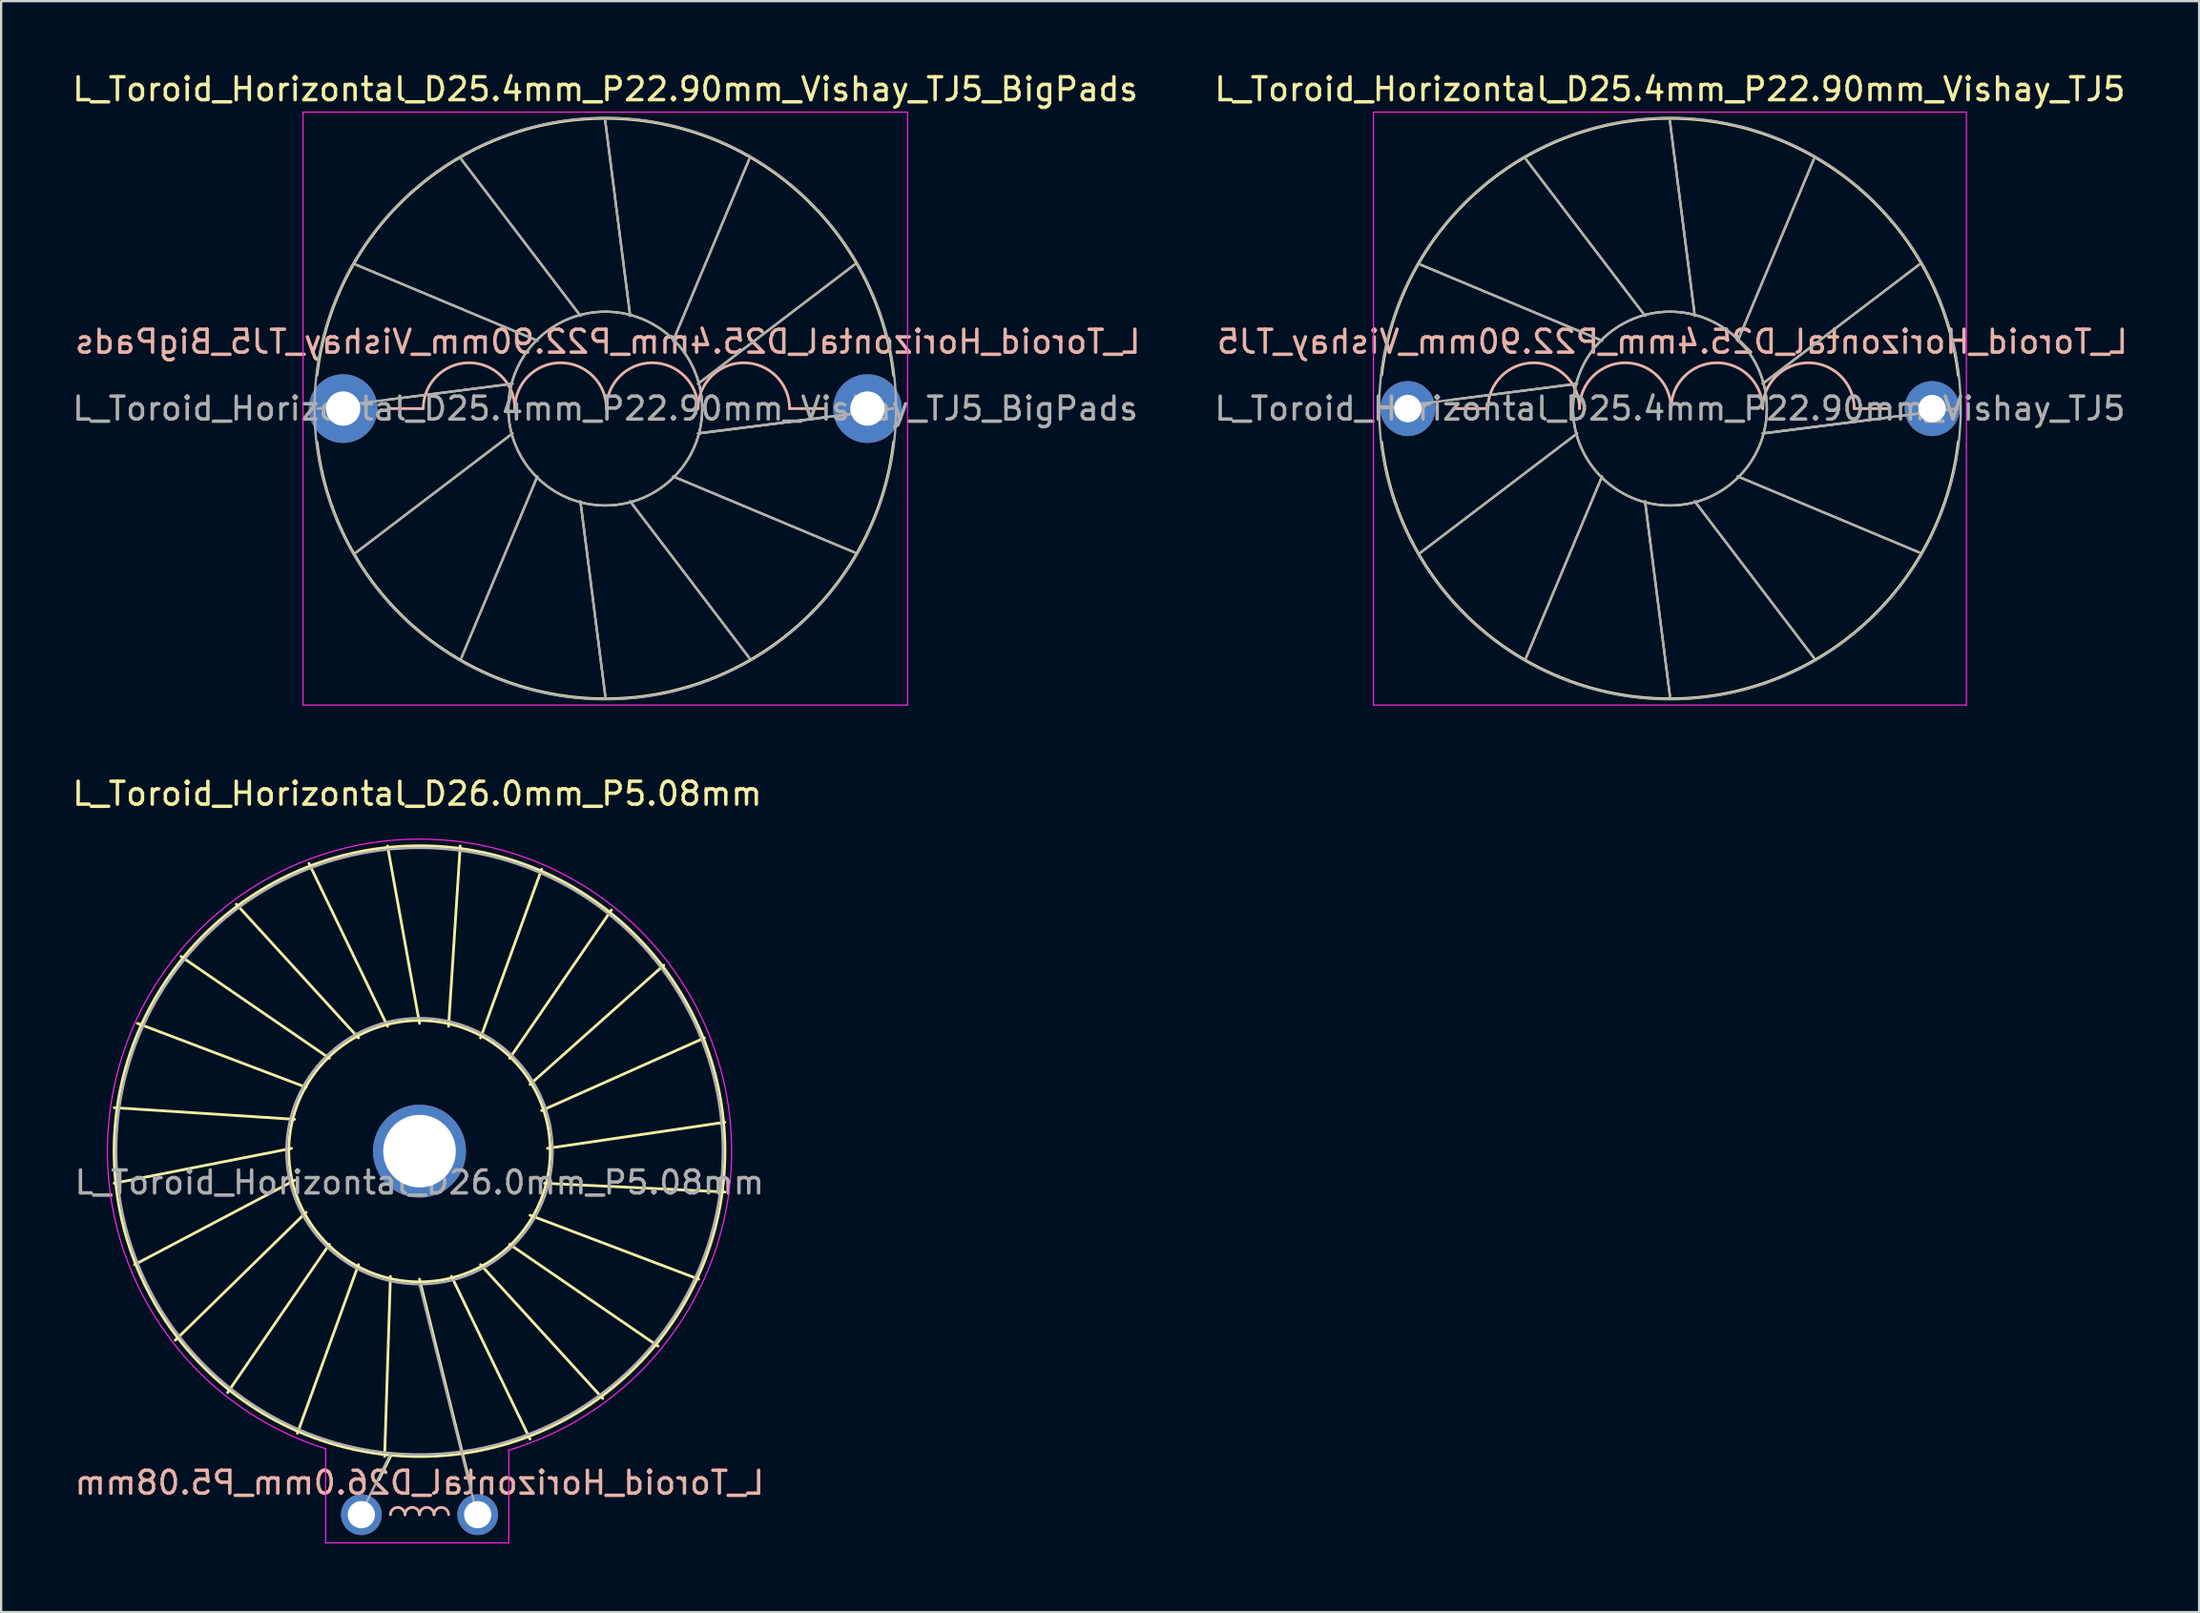
<source format=kicad_pcb>
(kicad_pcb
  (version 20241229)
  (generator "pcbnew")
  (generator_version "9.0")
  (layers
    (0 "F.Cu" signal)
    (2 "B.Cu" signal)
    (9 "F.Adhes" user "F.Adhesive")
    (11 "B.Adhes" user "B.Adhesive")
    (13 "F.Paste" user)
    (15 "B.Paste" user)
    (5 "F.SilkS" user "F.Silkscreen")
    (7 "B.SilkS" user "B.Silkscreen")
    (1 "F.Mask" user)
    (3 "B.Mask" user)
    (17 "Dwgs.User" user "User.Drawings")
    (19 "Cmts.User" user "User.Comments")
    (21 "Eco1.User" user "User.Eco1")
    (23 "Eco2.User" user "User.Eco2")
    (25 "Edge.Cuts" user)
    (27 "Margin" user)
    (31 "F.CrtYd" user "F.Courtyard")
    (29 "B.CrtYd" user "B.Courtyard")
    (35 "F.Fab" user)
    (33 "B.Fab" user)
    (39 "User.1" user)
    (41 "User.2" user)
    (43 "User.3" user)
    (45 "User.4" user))
  (footprint "L_Toroid_Horizontal_D25.4mm_P22.90mm_Vishay_TJ5"
    (layer "F.Cu")
    (at 58.437 14.798)
    (property "Reference" "L_Toroid_Horizontal_D25.4mm_P22.90mm_Vishay_TJ5" (at 11.45 -13.95 0) (layer "F.SilkS") (effects (font (size 1 1) (thickness 0.15))))
    (fp_line (start 0.569 -6.281) (end 8.483 -2.966) (stroke (width 0.1) (type solid)) (layer "F.SilkS"))
    (fp_line (start 0.57 6.283) (end 7.397 1.086) (stroke (width 0.1) (type solid)) (layer "F.SilkS"))
    (fp_line (start 1.905 -0.381) (end 7.397 -1.085) (stroke (width 0.1) (type solid)) (layer "F.SilkS"))
    (fp_line (start 5.167 -10.88) (end 10.364 -4.052) (stroke (width 0.1) (type solid)) (layer "F.SilkS"))
    (fp_line (start 5.169 10.881) (end 8.483 2.967) (stroke (width 0.1) (type solid)) (layer "F.SilkS"))
    (fp_line (start 11.448 -12.564) (end 12.535 -4.053) (stroke (width 0.1) (type solid)) (layer "F.SilkS"))
    (fp_line (start 11.451 12.564) (end 10.364 4.053) (stroke (width 0.1) (type solid)) (layer "F.SilkS"))
    (fp_line (start 17.73 -10.881) (end 14.416 -2.967) (stroke (width 0.1) (type solid)) (layer "F.SilkS"))
    (fp_line (start 17.732 10.88) (end 12.536 4.053) (stroke (width 0.1) (type solid)) (layer "F.SilkS"))
    (fp_line (start 21.082 0.381) (end 15.503 1.086) (stroke (width 0.1) (type solid)) (layer "F.SilkS"))
    (fp_line (start 22.329 -6.284) (end 15.502 -1.087) (stroke (width 0.1) (type solid)) (layer "F.SilkS"))
    (fp_line (start 22.33 6.282) (end 14.417 2.967) (stroke (width 0.1) (type solid)) (layer "F.SilkS"))
    (fp_arc (start -1.143 -1.4605) (mid 11.458425 -12.677407) (end 24.04493 -1.443761) (stroke (width 0.12) (type solid)) (layer "F.SilkS"))
    (fp_arc (start 24.044874 1.44425) (mid 11.458179 12.677407) (end -1.143 1.4605) (stroke (width 0.12) (type solid)) (layer "F.SilkS"))
    (fp_circle (center 11.45 0) (end 15.683 0) (stroke (width 0.1) (type solid)) (fill no) (layer "F.SilkS"))
    (fp_line (start 3.5 0) (end 2 0) (stroke (width 0.12) (type solid)) (layer "B.SilkS"))
    (fp_line (start 19.5 0) (end 21 0) (stroke (width 0.12) (type solid)) (layer "B.SilkS"))
    (fp_arc (start 3.5 0) (mid 5.5 -2) (end 7.5 0) (stroke (width 0.12) (type solid)) (layer "B.SilkS"))
    (fp_arc (start 7.5 0) (mid 9.5 -2) (end 11.5 0) (stroke (width 0.12) (type solid)) (layer "B.SilkS"))
    (fp_arc (start 11.5 0) (mid 13.5 -2) (end 15.5 0) (stroke (width 0.12) (type solid)) (layer "B.SilkS"))
    (fp_arc (start 15.5 0) (mid 17.5 -2) (end 19.5 0) (stroke (width 0.12) (type solid)) (layer "B.SilkS"))
    (fp_line (start -1.5 -12.95) (end -1.5 12.95) (stroke (width 0.05) (type solid)) (layer "F.CrtYd"))
    (fp_line (start -1.5 12.95) (end 24.4 12.95) (stroke (width 0.05) (type solid)) (layer "F.CrtYd"))
    (fp_line (start 24.4 -12.95) (end -1.5 -12.95) (stroke (width 0.05) (type solid)) (layer "F.CrtYd"))
    (fp_line (start 24.4 12.95) (end 24.4 -12.95) (stroke (width 0.05) (type solid)) (layer "F.CrtYd"))
    (fp_line (start -1.114 0.001) (end 7.397 -1.085) (stroke (width 0.1) (type solid)) (layer "F.Fab"))
    (fp_line (start 0.569 -6.281) (end 8.483 -2.966) (stroke (width 0.1) (type solid)) (layer "F.Fab"))
    (fp_line (start 0.57 6.283) (end 7.397 1.086) (stroke (width 0.1) (type solid)) (layer "F.Fab"))
    (fp_line (start 5.167 -10.88) (end 10.364 -4.052) (stroke (width 0.1) (type solid)) (layer "F.Fab"))
    (fp_line (start 5.169 10.881) (end 8.483 2.967) (stroke (width 0.1) (type solid)) (layer "F.Fab"))
    (fp_line (start 11.448 -12.564) (end 12.535 -4.053) (stroke (width 0.1) (type solid)) (layer "F.Fab"))
    (fp_line (start 11.451 12.564) (end 10.364 4.053) (stroke (width 0.1) (type solid)) (layer "F.Fab"))
    (fp_line (start 17.73 -10.881) (end 14.416 -2.967) (stroke (width 0.1) (type solid)) (layer "F.Fab"))
    (fp_line (start 17.732 10.88) (end 12.536 4.053) (stroke (width 0.1) (type solid)) (layer "F.Fab"))
    (fp_line (start 22.329 -6.284) (end 15.502 -1.087) (stroke (width 0.1) (type solid)) (layer "F.Fab"))
    (fp_line (start 22.33 6.282) (end 14.417 2.967) (stroke (width 0.1) (type solid)) (layer "F.Fab"))
    (fp_line (start 24.014 -0.002) (end 15.503 1.085) (stroke (width 0.1) (type solid)) (layer "F.Fab"))
    (fp_line (start 24.014 0) (end 15.503 1.086) (stroke (width 0.1) (type solid)) (layer "F.Fab"))
    (fp_circle (center 11.45 0) (end 15.683 0) (stroke (width 0.1) (type solid)) (fill no) (layer "F.Fab"))
    (fp_circle (center 11.45 0) (end 24.15 0) (stroke (width 0.1) (type solid)) (fill no) (layer "F.Fab"))
    (fp_text user "${REFERENCE}" (at 11.557 -2.921 0) (layer "B.SilkS") (effects (font (size 1 1) (thickness 0.15)) (justify mirror)))
    (fp_text user "${REFERENCE}" (at 11.45 0 0) (layer "F.Fab") (effects (font (size 1 1) (thickness 0.15))))
    (pad "1" thru_hole circle (at 0 0) (size 2.4 2.4) (drill 1.2) (layers "*.Cu" "*.Mask"))
    (pad "2" thru_hole circle (at 22.9 0) (size 2.4 2.4) (drill 1.2) (layers "*.Cu" "*.Mask")))
  (footprint "L_Toroid_Horizontal_D26.0mm_P5.08mm"
    (layer "F.Cu")
    (at 12.733 63.117)
    (property "Reference" "L_Toroid_Horizontal_D26.0mm_P5.08mm" (at 2.44 -31.496 0) (layer "F.SilkS") (effects (font (size 1 1) (thickness 0.15))))
    (fp_line (start -10.795 -17.78) (end -2.921 -17.272) (stroke (width 0.12) (type solid)) (layer "F.SilkS"))
    (fp_line (start -10.795 -14.478) (end -3.048 -16.002) (stroke (width 0.12) (type solid)) (layer "F.SilkS"))
    (fp_line (start -9.906 -10.922) (end -2.921 -14.605) (stroke (width 0.12) (type solid)) (layer "F.SilkS"))
    (fp_line (start -9.779 -21.463) (end -2.413 -18.669) (stroke (width 0.12) (type solid)) (layer "F.SilkS"))
    (fp_line (start -8.128 -7.62) (end -2.413 -13.208) (stroke (width 0.12) (type solid)) (layer "F.SilkS"))
    (fp_line (start -7.874 -24.384) (end -1.397 -19.939) (stroke (width 0.12) (type solid)) (layer "F.SilkS"))
    (fp_line (start -5.842 -5.334) (end -1.397 -11.811) (stroke (width 0.12) (type solid)) (layer "F.SilkS"))
    (fp_line (start -5.461 -26.67) (end -0.127 -20.828) (stroke (width 0.12) (type solid)) (layer "F.SilkS"))
    (fp_line (start -2.794 -3.556) (end -0.127 -10.922) (stroke (width 0.12) (type solid)) (layer "F.SilkS"))
    (fp_line (start -2.286 -28.448) (end 1.143 -21.336) (stroke (width 0.12) (type solid)) (layer "F.SilkS"))
    (fp_line (start 0.762 -1.524) (end 1.27 -2.54) (stroke (width 0.12) (type solid)) (layer "F.SilkS"))
    (fp_line (start 1.016 -2.54) (end 1.27 -10.414) (stroke (width 0.12) (type solid)) (layer "F.SilkS"))
    (fp_line (start 1.143 -29.21) (end 2.54 -21.463) (stroke (width 0.12) (type solid)) (layer "F.SilkS"))
    (fp_line (start 4.318 -29.21) (end 3.81 -21.336) (stroke (width 0.12) (type solid)) (layer "F.SilkS"))
    (fp_line (start 4.699 -1.524) (end 2.54 -10.287) (stroke (width 0.12) (type solid)) (layer "F.SilkS"))
    (fp_line (start 7.366 -3.302) (end 3.937 -10.414) (stroke (width 0.12) (type solid)) (layer "F.SilkS"))
    (fp_line (start 7.874 -28.194) (end 5.207 -20.828) (stroke (width 0.12) (type solid)) (layer "F.SilkS"))
    (fp_line (start 10.541 -5.08) (end 5.207 -10.922) (stroke (width 0.12) (type solid)) (layer "F.SilkS"))
    (fp_line (start 10.922 -26.416) (end 6.477 -19.939) (stroke (width 0.12) (type solid)) (layer "F.SilkS"))
    (fp_line (start 12.954 -7.366) (end 6.477 -11.811) (stroke (width 0.12) (type solid)) (layer "F.SilkS"))
    (fp_line (start 13.208 -24.003) (end 7.366 -18.796) (stroke (width 0.12) (type solid)) (layer "F.SilkS"))
    (fp_line (start 14.732 -10.287) (end 7.366 -13.081) (stroke (width 0.12) (type solid)) (layer "F.SilkS"))
    (fp_line (start 14.986 -20.828) (end 7.874 -17.653) (stroke (width 0.12) (type solid)) (layer "F.SilkS"))
    (fp_line (start 15.875 -17.145) (end 8.128 -16.002) (stroke (width 0.12) (type solid)) (layer "F.SilkS"))
    (fp_line (start 15.875 -14.097) (end 8.001 -14.478) (stroke (width 0.12) (type solid)) (layer "F.SilkS"))
    (fp_circle (center 2.54 -15.88) (end 8.25 -15.88) (stroke (width 0.12) (type solid)) (fill no) (layer "F.SilkS"))
    (fp_circle (center 2.54 -15.88) (end 15.88 -15.88) (stroke (width 0.12) (type solid)) (fill no) (layer "F.SilkS"))
    (fp_arc (start 1.27 0) (mid 1.5875 -0.3175) (end 1.905 0) (stroke (width 0.12) (type solid)) (layer "B.SilkS"))
    (fp_arc (start 1.905 0) (mid 2.2225 -0.3175) (end 2.54 0) (stroke (width 0.12) (type solid)) (layer "B.SilkS"))
    (fp_arc (start 2.54 0) (mid 2.8575 -0.3175) (end 3.175 0) (stroke (width 0.12) (type solid)) (layer "B.SilkS"))
    (fp_arc (start 3.175 0) (mid 3.4925 -0.3175) (end 3.81 0) (stroke (width 0.12) (type solid)) (layer "B.SilkS"))
    (fp_line (start -1.56 -2.88) (end -1.56 1.23) (stroke (width 0.05) (type solid)) (layer "F.CrtYd"))
    (fp_line (start -1.56 1.23) (end 6.44 1.23) (stroke (width 0.05) (type solid)) (layer "F.CrtYd"))
    (fp_line (start 6.44 1.23) (end 6.44 -2.78) (stroke (width 0.05) (type solid)) (layer "F.CrtYd"))
    (fp_arc (start -1.56 -2.88) (mid 2.660017 -29.510686) (end 6.410454 -2.809821) (stroke (width 0.05) (type solid)) (layer "F.CrtYd"))
    (fp_line (start 0 -0.1) (end 1.27 -2.64) (stroke (width 0.1) (type solid)) (layer "F.Fab"))
    (fp_line (start 5.08 0.1) (end 2.54 -10.06) (stroke (width 0.1) (type solid)) (layer "F.Fab"))
    (fp_circle (center 2.54 -15.88) (end 1.44 -2.68) (stroke (width 0.1) (type solid)) (fill no) (layer "F.Fab"))
    (fp_circle (center 2.54 -15.88) (end 2.34 -10.07) (stroke (width 0.1) (type solid)) (fill no) (layer "F.Fab"))
    (fp_text user "${REFERENCE}" (at 2.54 -1.397 0) (layer "B.SilkS") (effects (font (size 1 1) (thickness 0.15)) (justify mirror)))
    (fp_text user "${REFERENCE}" (at 2.54 -14.513 0) (layer "F.Fab") (effects (font (size 1 1) (thickness 0.15))))
    (pad "" thru_hole circle (at 2.54 -15.88) (size 4.06 4.06) (drill 3.17) (layers "*.Cu" "*.Mask"))
    (pad "1" thru_hole circle (at 0 0) (size 1.78 1.78) (drill 1.19) (layers "*.Cu" "*.Mask"))
    (pad "2" thru_hole circle (at 5.08 0) (size 1.78 1.78) (drill 1.19) (layers "*.Cu" "*.Mask")))
  (footprint "L_Toroid_Horizontal_D25.4mm_P22.90mm_Vishay_TJ5_BigPads"
    (layer "F.Cu")
    (at 11.937 14.798)
    (property "Reference" "L_Toroid_Horizontal_D25.4mm_P22.90mm_Vishay_TJ5_BigPads" (at 11.45 -13.95 0) (layer "F.SilkS") (effects (font (size 1 1) (thickness 0.15))))
    (fp_line (start 0.569 -6.281) (end 8.483 -2.966) (stroke (width 0.1) (type solid)) (layer "F.SilkS"))
    (fp_line (start 0.57 6.283) (end 7.397 1.086) (stroke (width 0.1) (type solid)) (layer "F.SilkS"))
    (fp_line (start 1.905 -0.381) (end 7.397 -1.085) (stroke (width 0.1) (type solid)) (layer "F.SilkS"))
    (fp_line (start 5.167 -10.88) (end 10.364 -4.052) (stroke (width 0.1) (type solid)) (layer "F.SilkS"))
    (fp_line (start 5.169 10.881) (end 8.483 2.967) (stroke (width 0.1) (type solid)) (layer "F.SilkS"))
    (fp_line (start 11.448 -12.564) (end 12.535 -4.053) (stroke (width 0.1) (type solid)) (layer "F.SilkS"))
    (fp_line (start 11.451 12.564) (end 10.364 4.053) (stroke (width 0.1) (type solid)) (layer "F.SilkS"))
    (fp_line (start 17.73 -10.881) (end 14.416 -2.967) (stroke (width 0.1) (type solid)) (layer "F.SilkS"))
    (fp_line (start 17.732 10.88) (end 12.536 4.053) (stroke (width 0.1) (type solid)) (layer "F.SilkS"))
    (fp_line (start 21.082 0.381) (end 15.503 1.086) (stroke (width 0.1) (type solid)) (layer "F.SilkS"))
    (fp_line (start 22.329 -6.284) (end 15.502 -1.087) (stroke (width 0.1) (type solid)) (layer "F.SilkS"))
    (fp_line (start 22.33 6.282) (end 14.417 2.967) (stroke (width 0.1) (type solid)) (layer "F.SilkS"))
    (fp_arc (start -1.143 -1.4605) (mid 11.458425 -12.677407) (end 24.04493 -1.443761) (stroke (width 0.12) (type solid)) (layer "F.SilkS"))
    (fp_arc (start 24.044874 1.44425) (mid 11.458179 12.677407) (end -1.143 1.4605) (stroke (width 0.12) (type solid)) (layer "F.SilkS"))
    (fp_circle (center 11.45 0) (end 15.683 0) (stroke (width 0.1) (type solid)) (fill no) (layer "F.SilkS"))
    (fp_line (start 3.5 0) (end 2 0) (stroke (width 0.12) (type solid)) (layer "B.SilkS"))
    (fp_line (start 19.5 0) (end 21 0) (stroke (width 0.12) (type solid)) (layer "B.SilkS"))
    (fp_arc (start 3.5 0) (mid 5.5 -2) (end 7.5 0) (stroke (width 0.12) (type solid)) (layer "B.SilkS"))
    (fp_arc (start 7.5 0) (mid 9.5 -2) (end 11.5 0) (stroke (width 0.12) (type solid)) (layer "B.SilkS"))
    (fp_arc (start 11.5 0) (mid 13.5 -2) (end 15.5 0) (stroke (width 0.12) (type solid)) (layer "B.SilkS"))
    (fp_arc (start 15.5 0) (mid 17.5 -2) (end 19.5 0) (stroke (width 0.12) (type solid)) (layer "B.SilkS"))
    (fp_line (start -1.75 -12.95) (end -1.75 12.95) (stroke (width 0.05) (type solid)) (layer "F.CrtYd"))
    (fp_line (start -1.75 12.95) (end 24.65 12.95) (stroke (width 0.05) (type solid)) (layer "F.CrtYd"))
    (fp_line (start 24.65 -12.95) (end -1.75 -12.95) (stroke (width 0.05) (type solid)) (layer "F.CrtYd"))
    (fp_line (start 24.65 12.95) (end 24.65 -12.95) (stroke (width 0.05) (type solid)) (layer "F.CrtYd"))
    (fp_line (start -1.114 0.001) (end 7.397 -1.085) (stroke (width 0.1) (type solid)) (layer "F.Fab"))
    (fp_line (start 0.569 -6.281) (end 8.483 -2.966) (stroke (width 0.1) (type solid)) (layer "F.Fab"))
    (fp_line (start 0.57 6.283) (end 7.397 1.086) (stroke (width 0.1) (type solid)) (layer "F.Fab"))
    (fp_line (start 5.167 -10.88) (end 10.364 -4.052) (stroke (width 0.1) (type solid)) (layer "F.Fab"))
    (fp_line (start 5.169 10.881) (end 8.483 2.967) (stroke (width 0.1) (type solid)) (layer "F.Fab"))
    (fp_line (start 11.448 -12.564) (end 12.535 -4.053) (stroke (width 0.1) (type solid)) (layer "F.Fab"))
    (fp_line (start 11.451 12.564) (end 10.364 4.053) (stroke (width 0.1) (type solid)) (layer "F.Fab"))
    (fp_line (start 17.73 -10.881) (end 14.416 -2.967) (stroke (width 0.1) (type solid)) (layer "F.Fab"))
    (fp_line (start 17.732 10.88) (end 12.536 4.053) (stroke (width 0.1) (type solid)) (layer "F.Fab"))
    (fp_line (start 22.329 -6.284) (end 15.502 -1.087) (stroke (width 0.1) (type solid)) (layer "F.Fab"))
    (fp_line (start 22.33 6.282) (end 14.417 2.967) (stroke (width 0.1) (type solid)) (layer "F.Fab"))
    (fp_line (start 24.014 -0.002) (end 15.503 1.085) (stroke (width 0.1) (type solid)) (layer "F.Fab"))
    (fp_line (start 24.014 0) (end 15.503 1.086) (stroke (width 0.1) (type solid)) (layer "F.Fab"))
    (fp_circle (center 11.45 0) (end 15.683 0) (stroke (width 0.1) (type solid)) (fill no) (layer "F.Fab"))
    (fp_circle (center 11.45 0) (end 24.15 0) (stroke (width 0.1) (type solid)) (fill no) (layer "F.Fab"))
    (fp_text user "${REFERENCE}" (at 11.557 -2.921 0) (layer "B.SilkS") (effects (font (size 1 1) (thickness 0.15)) (justify mirror)))
    (fp_text user "${REFERENCE}" (at 11.45 0 0) (layer "F.Fab") (effects (font (size 1 1) (thickness 0.15))))
    (pad "1" thru_hole circle (at 0 0) (size 3 3) (drill 1.5) (layers "*.Cu" "*.Mask"))
    (pad "2" thru_hole circle (at 22.9 0) (size 3 3) (drill 1.5) (layers "*.Cu" "*.Mask")))
  (gr_rect
    (start -3 -3)
    (end 93 67.373)
    (stroke (width 0.1) (type default))
    (fill no)
    (layer "Edge.Cuts")))
</source>
